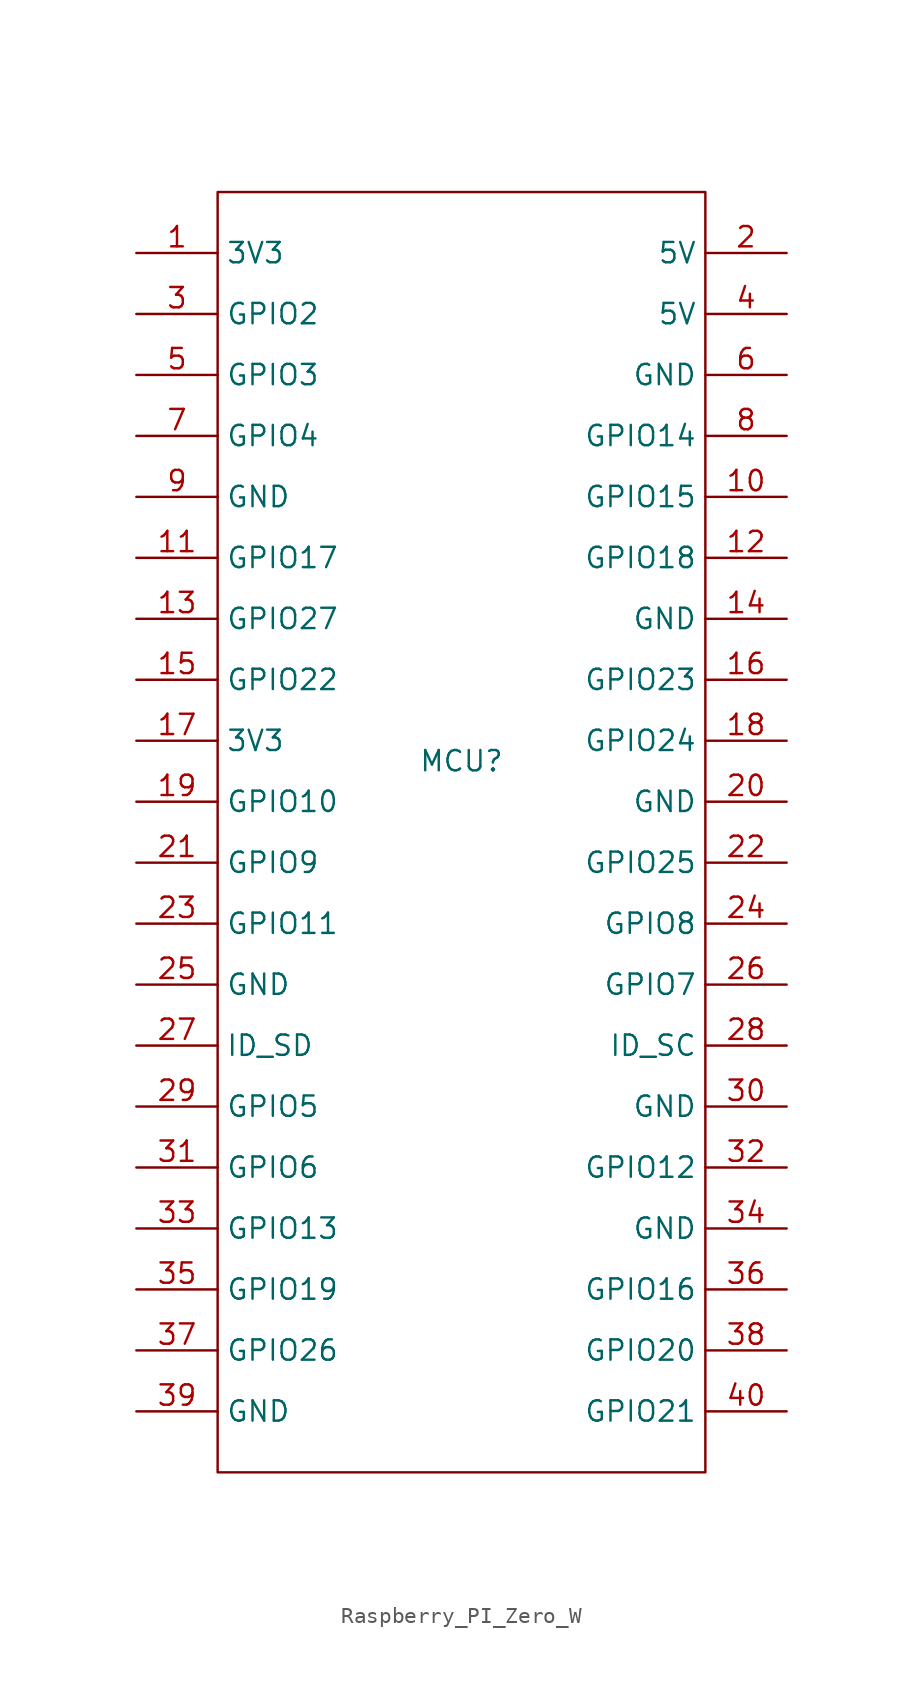
<source format=kicad_sym>
(kicad_symbol_lib
  (version 20220914)
  (generator kicad_symbol_editor)
  (symbol "Raspberry_PI_Zero_W"
    (property "Reference" "MCU"
      (at 0 0 0)
      (effects (font (size 1.27 1.27))))
    (property "Value" ""
      (at -3.81 24.13 0)
      (effects (font (size 1.27 1.27))))
    (symbol "Raspberry_PI_Zero_W_0_1"
      (rectangle (start -15.24 35.56) (end 15.24 -44.45) (stroke (width 0) (type default)) (fill (type none))))
    (symbol "Raspberry_PI_Zero_W_1_1"
      (pin power_out line (at -20.32 31.75 0) (length 5.08) (name "3V3" (effects (font (size 1.27 1.27)))) (number "1" (effects (font (size 1.27 1.27)))))
      (pin bidirectional line (at 20.32 16.51 180) (length 5.08) (name "GPIO15" (effects (font (size 1.27 1.27)))) (number "10" (effects (font (size 1.27 1.27)))))
      (pin bidirectional line (at -20.32 12.7 0) (length 5.08) (name "GPIO17" (effects (font (size 1.27 1.27)))) (number "11" (effects (font (size 1.27 1.27)))))
      (pin bidirectional line (at 20.32 12.7 180) (length 5.08) (name "GPIO18" (effects (font (size 1.27 1.27)))) (number "12" (effects (font (size 1.27 1.27)))))
      (pin bidirectional line (at -20.32 8.89 0) (length 5.08) (name "GPIO27" (effects (font (size 1.27 1.27)))) (number "13" (effects (font (size 1.27 1.27)))))
      (pin power_out line (at 20.32 8.89 180) (length 5.08) (name "GND" (effects (font (size 1.27 1.27)))) (number "14" (effects (font (size 1.27 1.27)))))
      (pin bidirectional line (at -20.32 5.08 0) (length 5.08) (name "GPIO22" (effects (font (size 1.27 1.27)))) (number "15" (effects (font (size 1.27 1.27)))))
      (pin bidirectional line (at 20.32 5.08 180) (length 5.08) (name "GPIO23" (effects (font (size 1.27 1.27)))) (number "16" (effects (font (size 1.27 1.27)))))
      (pin power_out line (at -20.32 1.27 0) (length 5.08) (name "3V3" (effects (font (size 1.27 1.27)))) (number "17" (effects (font (size 1.27 1.27)))))
      (pin bidirectional line (at 20.32 1.27 180) (length 5.08) (name "GPIO24" (effects (font (size 1.27 1.27)))) (number "18" (effects (font (size 1.27 1.27)))))
      (pin bidirectional line (at -20.32 -2.54 0) (length 5.08) (name "GPIO10" (effects (font (size 1.27 1.27)))) (number "19" (effects (font (size 1.27 1.27)))))
      (pin power_out line (at 20.32 31.75 180) (length 5.08) (name "5V" (effects (font (size 1.27 1.27)))) (number "2" (effects (font (size 1.27 1.27)))))
      (pin power_out line (at 20.32 -2.54 180) (length 5.08) (name "GND" (effects (font (size 1.27 1.27)))) (number "20" (effects (font (size 1.27 1.27)))))
      (pin bidirectional line (at -20.32 -6.35 0) (length 5.08) (name "GPIO9" (effects (font (size 1.27 1.27)))) (number "21" (effects (font (size 1.27 1.27)))))
      (pin bidirectional line (at 20.32 -6.35 180) (length 5.08) (name "GPIO25" (effects (font (size 1.27 1.27)))) (number "22" (effects (font (size 1.27 1.27)))))
      (pin bidirectional line (at -20.32 -10.16 0) (length 5.08) (name "GPIO11" (effects (font (size 1.27 1.27)))) (number "23" (effects (font (size 1.27 1.27)))))
      (pin bidirectional line (at 20.32 -10.16 180) (length 5.08) (name "GPIO8" (effects (font (size 1.27 1.27)))) (number "24" (effects (font (size 1.27 1.27)))))
      (pin power_out line (at -20.32 -13.97 0) (length 5.08) (name "GND" (effects (font (size 1.27 1.27)))) (number "25" (effects (font (size 1.27 1.27)))))
      (pin bidirectional line (at 20.32 -13.97 180) (length 5.08) (name "GPIO7" (effects (font (size 1.27 1.27)))) (number "26" (effects (font (size 1.27 1.27)))))
      (pin bidirectional line (at -20.32 -17.78 0) (length 5.08) (name "ID_SD" (effects (font (size 1.27 1.27)))) (number "27" (effects (font (size 1.27 1.27)))))
      (pin bidirectional line (at 20.32 -17.78 180) (length 5.08) (name "ID_SC" (effects (font (size 1.27 1.27)))) (number "28" (effects (font (size 1.27 1.27)))))
      (pin bidirectional line (at -20.32 -21.59 0) (length 5.08) (name "GPIO5" (effects (font (size 1.27 1.27)))) (number "29" (effects (font (size 1.27 1.27)))))
      (pin bidirectional line (at -20.32 27.94 0) (length 5.08) (name "GPIO2" (effects (font (size 1.27 1.27)))) (number "3" (effects (font (size 1.27 1.27)))))
      (pin power_out line (at 20.32 -21.59 180) (length 5.08) (name "GND" (effects (font (size 1.27 1.27)))) (number "30" (effects (font (size 1.27 1.27)))))
      (pin bidirectional line (at -20.32 -25.4 0) (length 5.08) (name "GPIO6" (effects (font (size 1.27 1.27)))) (number "31" (effects (font (size 1.27 1.27)))))
      (pin bidirectional line (at 20.32 -25.4 180) (length 5.08) (name "GPIO12" (effects (font (size 1.27 1.27)))) (number "32" (effects (font (size 1.27 1.27)))))
      (pin bidirectional line (at -20.32 -29.21 0) (length 5.08) (name "GPIO13" (effects (font (size 1.27 1.27)))) (number "33" (effects (font (size 1.27 1.27)))))
      (pin power_out line (at 20.32 -29.21 180) (length 5.08) (name "GND" (effects (font (size 1.27 1.27)))) (number "34" (effects (font (size 1.27 1.27)))))
      (pin bidirectional line (at -20.32 -33.02 0) (length 5.08) (name "GPIO19" (effects (font (size 1.27 1.27)))) (number "35" (effects (font (size 1.27 1.27)))))
      (pin bidirectional line (at 20.32 -33.02 180) (length 5.08) (name "GPIO16" (effects (font (size 1.27 1.27)))) (number "36" (effects (font (size 1.27 1.27)))))
      (pin bidirectional line (at -20.32 -36.83 0) (length 5.08) (name "GPIO26" (effects (font (size 1.27 1.27)))) (number "37" (effects (font (size 1.27 1.27)))))
      (pin bidirectional line (at 20.32 -36.83 180) (length 5.08) (name "GPIO20" (effects (font (size 1.27 1.27)))) (number "38" (effects (font (size 1.27 1.27)))))
      (pin power_out line (at -20.32 -40.64 0) (length 5.08) (name "GND" (effects (font (size 1.27 1.27)))) (number "39" (effects (font (size 1.27 1.27)))))
      (pin power_out line (at 20.32 27.94 180) (length 5.08) (name "5V" (effects (font (size 1.27 1.27)))) (number "4" (effects (font (size 1.27 1.27)))))
      (pin bidirectional line (at 20.32 -40.64 180) (length 5.08) (name "GPIO21" (effects (font (size 1.27 1.27)))) (number "40" (effects (font (size 1.27 1.27)))))
      (pin bidirectional line (at -20.32 24.13 0) (length 5.08) (name "GPIO3" (effects (font (size 1.27 1.27)))) (number "5" (effects (font (size 1.27 1.27)))))
      (pin power_out line (at 20.32 24.13 180) (length 5.08) (name "GND" (effects (font (size 1.27 1.27)))) (number "6" (effects (font (size 1.27 1.27)))))
      (pin bidirectional line (at -20.32 20.32 0) (length 5.08) (name "GPIO4" (effects (font (size 1.27 1.27)))) (number "7" (effects (font (size 1.27 1.27)))))
      (pin bidirectional line (at 20.32 20.32 180) (length 5.08) (name "GPIO14" (effects (font (size 1.27 1.27)))) (number "8" (effects (font (size 1.27 1.27)))))
      (pin power_out line (at -20.32 16.51 0) (length 5.08) (name "GND" (effects (font (size 1.27 1.27)))) (number "9" (effects (font (size 1.27 1.27))))))))
</source>
